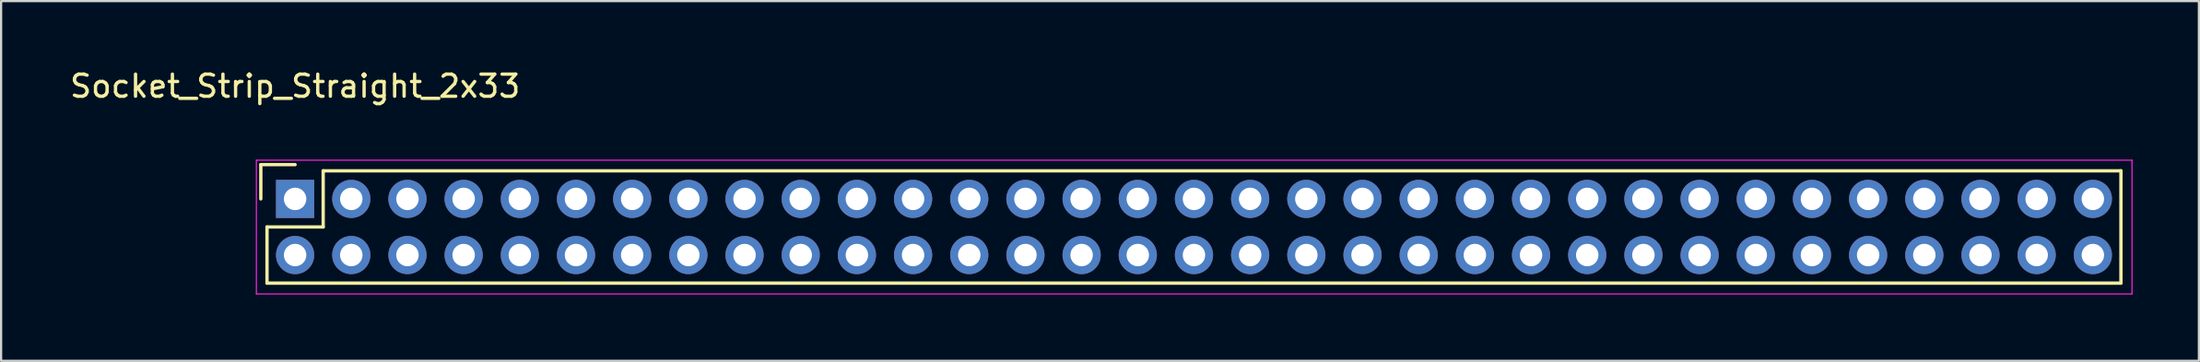
<source format=kicad_pcb>
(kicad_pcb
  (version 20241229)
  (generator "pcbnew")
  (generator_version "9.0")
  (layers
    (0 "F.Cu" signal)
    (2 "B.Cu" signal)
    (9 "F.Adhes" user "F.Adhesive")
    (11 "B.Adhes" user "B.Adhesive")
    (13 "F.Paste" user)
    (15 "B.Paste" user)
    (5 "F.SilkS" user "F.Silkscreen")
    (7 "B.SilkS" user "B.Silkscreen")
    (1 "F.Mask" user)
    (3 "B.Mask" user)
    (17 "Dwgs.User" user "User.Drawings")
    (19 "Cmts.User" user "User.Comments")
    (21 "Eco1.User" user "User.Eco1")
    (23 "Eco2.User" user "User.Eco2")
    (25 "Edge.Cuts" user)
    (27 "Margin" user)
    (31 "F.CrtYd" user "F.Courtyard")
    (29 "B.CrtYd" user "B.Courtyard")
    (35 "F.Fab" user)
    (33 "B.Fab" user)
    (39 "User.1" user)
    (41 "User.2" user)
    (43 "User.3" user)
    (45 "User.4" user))
  (footprint "Socket_Strip_Straight_2x33"
    (layer "F.Cu")
    (at 10.292 5.948)
    (property "Reference" "Socket_Strip_Straight_2x33" (at 0 -5.1 0) (layer "F.SilkS") (effects (font (size 1 1) (thickness 0.15))))
    (attr through_hole)
    (fp_line (start -1.55 -1.55) (end -1.55 0) (stroke (width 0.15) (type solid)) (layer "F.SilkS"))
    (fp_line (start -1.27 1.27) (end 1.27 1.27) (stroke (width 0.15) (type solid)) (layer "F.SilkS"))
    (fp_line (start -1.27 3.81) (end -1.27 1.27) (stroke (width 0.15) (type solid)) (layer "F.SilkS"))
    (fp_line (start 0 -1.55) (end -1.55 -1.55) (stroke (width 0.15) (type solid)) (layer "F.SilkS"))
    (fp_line (start 1.27 -1.27) (end 82.55 -1.27) (stroke (width 0.15) (type solid)) (layer "F.SilkS"))
    (fp_line (start 1.27 1.27) (end 1.27 -1.27) (stroke (width 0.15) (type solid)) (layer "F.SilkS"))
    (fp_line (start 82.55 3.81) (end -1.27 3.81) (stroke (width 0.15) (type solid)) (layer "F.SilkS"))
    (fp_line (start 82.55 3.81) (end 82.55 -1.27) (stroke (width 0.15) (type solid)) (layer "F.SilkS"))
    (fp_line (start -1.75 -1.75) (end -1.75 4.3) (stroke (width 0.05) (type solid)) (layer "F.CrtYd"))
    (fp_line (start -1.75 -1.75) (end 83.05 -1.75) (stroke (width 0.05) (type solid)) (layer "F.CrtYd"))
    (fp_line (start -1.75 4.3) (end 83.05 4.3) (stroke (width 0.05) (type solid)) (layer "F.CrtYd"))
    (fp_line (start 83.05 -1.75) (end 83.05 4.3) (stroke (width 0.05) (type solid)) (layer "F.CrtYd"))
    (pad "1" thru_hole rect (at 0 0) (size 1.727 1.727) (drill 1.016) (layers "*.Cu" "*.Mask"))
    (pad "2" thru_hole oval (at 0 2.54) (size 1.727 1.727) (drill 1.016) (layers "*.Cu" "*.Mask"))
    (pad "3" thru_hole oval (at 2.54 0) (size 1.727 1.727) (drill 1.016) (layers "*.Cu" "*.Mask"))
    (pad "4" thru_hole oval (at 2.54 2.54) (size 1.727 1.727) (drill 1.016) (layers "*.Cu" "*.Mask"))
    (pad "5" thru_hole oval (at 5.08 0) (size 1.727 1.727) (drill 1.016) (layers "*.Cu" "*.Mask"))
    (pad "6" thru_hole oval (at 5.08 2.54) (size 1.727 1.727) (drill 1.016) (layers "*.Cu" "*.Mask"))
    (pad "7" thru_hole oval (at 7.62 0) (size 1.727 1.727) (drill 1.016) (layers "*.Cu" "*.Mask"))
    (pad "8" thru_hole oval (at 7.62 2.54) (size 1.727 1.727) (drill 1.016) (layers "*.Cu" "*.Mask"))
    (pad "9" thru_hole oval (at 10.16 0) (size 1.727 1.727) (drill 1.016) (layers "*.Cu" "*.Mask"))
    (pad "10" thru_hole oval (at 10.16 2.54) (size 1.727 1.727) (drill 1.016) (layers "*.Cu" "*.Mask"))
    (pad "11" thru_hole oval (at 12.7 0) (size 1.727 1.727) (drill 1.016) (layers "*.Cu" "*.Mask"))
    (pad "12" thru_hole oval (at 12.7 2.54) (size 1.727 1.727) (drill 1.016) (layers "*.Cu" "*.Mask"))
    (pad "13" thru_hole oval (at 15.24 0) (size 1.727 1.727) (drill 1.016) (layers "*.Cu" "*.Mask"))
    (pad "14" thru_hole oval (at 15.24 2.54) (size 1.727 1.727) (drill 1.016) (layers "*.Cu" "*.Mask"))
    (pad "15" thru_hole oval (at 17.78 0) (size 1.727 1.727) (drill 1.016) (layers "*.Cu" "*.Mask"))
    (pad "16" thru_hole oval (at 17.78 2.54) (size 1.727 1.727) (drill 1.016) (layers "*.Cu" "*.Mask"))
    (pad "17" thru_hole oval (at 20.32 0) (size 1.727 1.727) (drill 1.016) (layers "*.Cu" "*.Mask"))
    (pad "18" thru_hole oval (at 20.32 2.54) (size 1.727 1.727) (drill 1.016) (layers "*.Cu" "*.Mask"))
    (pad "19" thru_hole oval (at 22.86 0) (size 1.727 1.727) (drill 1.016) (layers "*.Cu" "*.Mask"))
    (pad "20" thru_hole oval (at 22.86 2.54) (size 1.727 1.727) (drill 1.016) (layers "*.Cu" "*.Mask"))
    (pad "21" thru_hole oval (at 25.4 0) (size 1.727 1.727) (drill 1.016) (layers "*.Cu" "*.Mask"))
    (pad "22" thru_hole oval (at 25.4 2.54) (size 1.727 1.727) (drill 1.016) (layers "*.Cu" "*.Mask"))
    (pad "23" thru_hole oval (at 27.94 0) (size 1.727 1.727) (drill 1.016) (layers "*.Cu" "*.Mask"))
    (pad "24" thru_hole oval (at 27.94 2.54) (size 1.727 1.727) (drill 1.016) (layers "*.Cu" "*.Mask"))
    (pad "25" thru_hole oval (at 30.48 0) (size 1.727 1.727) (drill 1.016) (layers "*.Cu" "*.Mask"))
    (pad "26" thru_hole oval (at 30.48 2.54) (size 1.727 1.727) (drill 1.016) (layers "*.Cu" "*.Mask"))
    (pad "27" thru_hole oval (at 33.02 0) (size 1.727 1.727) (drill 1.016) (layers "*.Cu" "*.Mask"))
    (pad "28" thru_hole oval (at 33.02 2.54) (size 1.727 1.727) (drill 1.016) (layers "*.Cu" "*.Mask"))
    (pad "29" thru_hole oval (at 35.56 0) (size 1.727 1.727) (drill 1.016) (layers "*.Cu" "*.Mask"))
    (pad "30" thru_hole oval (at 35.56 2.54) (size 1.727 1.727) (drill 1.016) (layers "*.Cu" "*.Mask"))
    (pad "31" thru_hole oval (at 38.1 0) (size 1.727 1.727) (drill 1.016) (layers "*.Cu" "*.Mask"))
    (pad "32" thru_hole oval (at 38.1 2.54) (size 1.727 1.727) (drill 1.016) (layers "*.Cu" "*.Mask"))
    (pad "33" thru_hole oval (at 40.64 0) (size 1.727 1.727) (drill 1.016) (layers "*.Cu" "*.Mask"))
    (pad "34" thru_hole oval (at 40.64 2.54) (size 1.727 1.727) (drill 1.016) (layers "*.Cu" "*.Mask"))
    (pad "35" thru_hole oval (at 43.18 0) (size 1.727 1.727) (drill 1.016) (layers "*.Cu" "*.Mask"))
    (pad "36" thru_hole oval (at 43.18 2.54) (size 1.727 1.727) (drill 1.016) (layers "*.Cu" "*.Mask"))
    (pad "37" thru_hole oval (at 45.72 0) (size 1.727 1.727) (drill 1.016) (layers "*.Cu" "*.Mask"))
    (pad "38" thru_hole oval (at 45.72 2.54) (size 1.727 1.727) (drill 1.016) (layers "*.Cu" "*.Mask"))
    (pad "39" thru_hole oval (at 48.26 0) (size 1.727 1.727) (drill 1.016) (layers "*.Cu" "*.Mask"))
    (pad "40" thru_hole oval (at 48.26 2.54) (size 1.727 1.727) (drill 1.016) (layers "*.Cu" "*.Mask"))
    (pad "41" thru_hole oval (at 50.8 0) (size 1.727 1.727) (drill 1.016) (layers "*.Cu" "*.Mask"))
    (pad "42" thru_hole oval (at 50.8 2.54) (size 1.727 1.727) (drill 1.016) (layers "*.Cu" "*.Mask"))
    (pad "43" thru_hole oval (at 53.34 0) (size 1.727 1.727) (drill 1.016) (layers "*.Cu" "*.Mask"))
    (pad "44" thru_hole oval (at 53.34 2.54) (size 1.727 1.727) (drill 1.016) (layers "*.Cu" "*.Mask"))
    (pad "45" thru_hole oval (at 55.88 0) (size 1.727 1.727) (drill 1.016) (layers "*.Cu" "*.Mask"))
    (pad "46" thru_hole oval (at 55.88 2.54) (size 1.727 1.727) (drill 1.016) (layers "*.Cu" "*.Mask"))
    (pad "47" thru_hole oval (at 58.42 0) (size 1.727 1.727) (drill 1.016) (layers "*.Cu" "*.Mask"))
    (pad "48" thru_hole oval (at 58.42 2.54) (size 1.727 1.727) (drill 1.016) (layers "*.Cu" "*.Mask"))
    (pad "49" thru_hole oval (at 60.96 0) (size 1.727 1.727) (drill 1.016) (layers "*.Cu" "*.Mask"))
    (pad "50" thru_hole oval (at 60.96 2.54) (size 1.727 1.727) (drill 1.016) (layers "*.Cu" "*.Mask"))
    (pad "51" thru_hole oval (at 63.5 0) (size 1.727 1.727) (drill 1.016) (layers "*.Cu" "*.Mask"))
    (pad "52" thru_hole oval (at 63.5 2.54) (size 1.727 1.727) (drill 1.016) (layers "*.Cu" "*.Mask"))
    (pad "53" thru_hole oval (at 66.04 0) (size 1.727 1.727) (drill 1.016) (layers "*.Cu" "*.Mask"))
    (pad "54" thru_hole oval (at 66.04 2.54) (size 1.727 1.727) (drill 1.016) (layers "*.Cu" "*.Mask"))
    (pad "55" thru_hole oval (at 68.58 0) (size 1.727 1.727) (drill 1.016) (layers "*.Cu" "*.Mask"))
    (pad "56" thru_hole oval (at 68.58 2.54) (size 1.727 1.727) (drill 1.016) (layers "*.Cu" "*.Mask"))
    (pad "57" thru_hole oval (at 71.12 0) (size 1.727 1.727) (drill 1.016) (layers "*.Cu" "*.Mask"))
    (pad "58" thru_hole oval (at 71.12 2.54) (size 1.727 1.727) (drill 1.016) (layers "*.Cu" "*.Mask"))
    (pad "59" thru_hole oval (at 73.66 0) (size 1.727 1.727) (drill 1.016) (layers "*.Cu" "*.Mask"))
    (pad "60" thru_hole oval (at 73.66 2.54) (size 1.727 1.727) (drill 1.016) (layers "*.Cu" "*.Mask"))
    (pad "61" thru_hole oval (at 76.2 0) (size 1.727 1.727) (drill 1.016) (layers "*.Cu" "*.Mask"))
    (pad "62" thru_hole oval (at 76.2 2.54) (size 1.727 1.727) (drill 1.016) (layers "*.Cu" "*.Mask"))
    (pad "63" thru_hole oval (at 78.74 0) (size 1.727 1.727) (drill 1.016) (layers "*.Cu" "*.Mask"))
    (pad "64" thru_hole oval (at 78.74 2.54) (size 1.727 1.727) (drill 1.016) (layers "*.Cu" "*.Mask"))
    (pad "65" thru_hole oval (at 81.28 0) (size 1.727 1.727) (drill 1.016) (layers "*.Cu" "*.Mask"))
    (pad "66" thru_hole oval (at 81.28 2.54) (size 1.727 1.727) (drill 1.016) (layers "*.Cu" "*.Mask")))
  (gr_rect
    (start -3 -3)
    (end 96.367 13.273)
    (stroke (width 0.1) (type default))
    (fill no)
    (layer "Edge.Cuts")))
</source>
